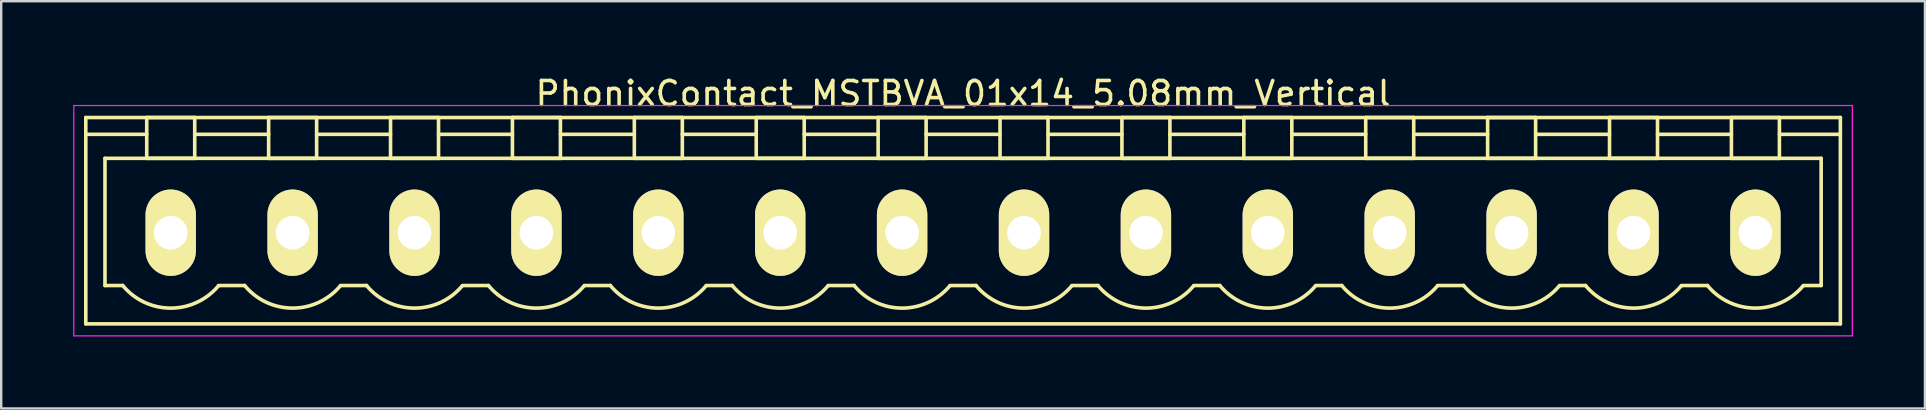
<source format=kicad_pcb>
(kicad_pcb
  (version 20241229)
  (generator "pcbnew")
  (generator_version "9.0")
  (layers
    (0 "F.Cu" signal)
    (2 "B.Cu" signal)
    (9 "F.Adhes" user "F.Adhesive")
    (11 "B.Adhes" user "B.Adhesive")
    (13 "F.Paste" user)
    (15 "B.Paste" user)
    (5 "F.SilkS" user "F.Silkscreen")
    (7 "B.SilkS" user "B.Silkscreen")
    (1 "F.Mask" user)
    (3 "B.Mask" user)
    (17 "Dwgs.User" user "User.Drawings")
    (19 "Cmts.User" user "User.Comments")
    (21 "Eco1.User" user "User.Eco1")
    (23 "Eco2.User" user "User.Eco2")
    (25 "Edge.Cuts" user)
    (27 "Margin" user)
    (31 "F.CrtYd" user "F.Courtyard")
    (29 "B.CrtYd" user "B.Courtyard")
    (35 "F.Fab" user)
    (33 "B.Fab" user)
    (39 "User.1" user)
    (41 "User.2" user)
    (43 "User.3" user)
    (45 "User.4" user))
  (footprint "PhonixContact_MSTBVA_01x14_5.08mm_Vertical"
    (layer "F.Cu")
    (at 4.065 6.648)
    (property "Reference" "PhonixContact_MSTBVA_01x14_5.08mm_Vertical" (at 33.02 -5.8 0) (layer "F.SilkS") (effects (font (size 1 1) (thickness 0.15))))
    (attr through_hole)
    (fp_line (start -3.54 -4.8) (end -3.54 3.8) (stroke (width 0.15) (type solid)) (layer "F.SilkS"))
    (fp_line (start -3.54 -4.1) (end -1 -4.1) (stroke (width 0.15) (type solid)) (layer "F.SilkS"))
    (fp_line (start -3.54 3.8) (end 69.58 3.8) (stroke (width 0.15) (type solid)) (layer "F.SilkS"))
    (fp_line (start -2.74 -3.1) (end 68.78 -3.1) (stroke (width 0.15) (type solid)) (layer "F.SilkS"))
    (fp_line (start -2.74 2.2) (end -2.74 -3.1) (stroke (width 0.15) (type solid)) (layer "F.SilkS"))
    (fp_line (start -2 2.2) (end -2.74 2.2) (stroke (width 0.15) (type solid)) (layer "F.SilkS"))
    (fp_line (start -1 -4.8) (end 1 -4.8) (stroke (width 0.15) (type solid)) (layer "F.SilkS"))
    (fp_line (start -1 -3.1) (end -1 -4.8) (stroke (width 0.15) (type solid)) (layer "F.SilkS"))
    (fp_line (start 1 -4.8) (end 1 -3.1) (stroke (width 0.15) (type solid)) (layer "F.SilkS"))
    (fp_line (start 1 -4.1) (end 4.08 -4.1) (stroke (width 0.15) (type solid)) (layer "F.SilkS"))
    (fp_line (start 1 -3.1) (end -1 -3.1) (stroke (width 0.15) (type solid)) (layer "F.SilkS"))
    (fp_line (start 2 2.2) (end 3.08 2.2) (stroke (width 0.15) (type solid)) (layer "F.SilkS"))
    (fp_line (start 4.08 -4.8) (end 6.08 -4.8) (stroke (width 0.15) (type solid)) (layer "F.SilkS"))
    (fp_line (start 4.08 -3.1) (end 4.08 -4.8) (stroke (width 0.15) (type solid)) (layer "F.SilkS"))
    (fp_line (start 6.08 -4.8) (end 6.08 -3.1) (stroke (width 0.15) (type solid)) (layer "F.SilkS"))
    (fp_line (start 6.08 -4.1) (end 9.16 -4.1) (stroke (width 0.15) (type solid)) (layer "F.SilkS"))
    (fp_line (start 6.08 -3.1) (end 4.08 -3.1) (stroke (width 0.15) (type solid)) (layer "F.SilkS"))
    (fp_line (start 7.08 2.2) (end 8.16 2.2) (stroke (width 0.15) (type solid)) (layer "F.SilkS"))
    (fp_line (start 9.16 -4.8) (end 11.16 -4.8) (stroke (width 0.15) (type solid)) (layer "F.SilkS"))
    (fp_line (start 9.16 -3.1) (end 9.16 -4.8) (stroke (width 0.15) (type solid)) (layer "F.SilkS"))
    (fp_line (start 11.16 -4.8) (end 11.16 -3.1) (stroke (width 0.15) (type solid)) (layer "F.SilkS"))
    (fp_line (start 11.16 -4.1) (end 14.24 -4.1) (stroke (width 0.15) (type solid)) (layer "F.SilkS"))
    (fp_line (start 11.16 -3.1) (end 9.16 -3.1) (stroke (width 0.15) (type solid)) (layer "F.SilkS"))
    (fp_line (start 12.16 2.2) (end 13.24 2.2) (stroke (width 0.15) (type solid)) (layer "F.SilkS"))
    (fp_line (start 14.24 -4.8) (end 16.24 -4.8) (stroke (width 0.15) (type solid)) (layer "F.SilkS"))
    (fp_line (start 14.24 -3.1) (end 14.24 -4.8) (stroke (width 0.15) (type solid)) (layer "F.SilkS"))
    (fp_line (start 16.24 -4.8) (end 16.24 -3.1) (stroke (width 0.15) (type solid)) (layer "F.SilkS"))
    (fp_line (start 16.24 -4.1) (end 19.32 -4.1) (stroke (width 0.15) (type solid)) (layer "F.SilkS"))
    (fp_line (start 16.24 -3.1) (end 14.24 -3.1) (stroke (width 0.15) (type solid)) (layer "F.SilkS"))
    (fp_line (start 17.24 2.2) (end 18.32 2.2) (stroke (width 0.15) (type solid)) (layer "F.SilkS"))
    (fp_line (start 19.32 -4.8) (end 21.32 -4.8) (stroke (width 0.15) (type solid)) (layer "F.SilkS"))
    (fp_line (start 19.32 -3.1) (end 19.32 -4.8) (stroke (width 0.15) (type solid)) (layer "F.SilkS"))
    (fp_line (start 21.32 -4.8) (end 21.32 -3.1) (stroke (width 0.15) (type solid)) (layer "F.SilkS"))
    (fp_line (start 21.32 -4.1) (end 24.4 -4.1) (stroke (width 0.15) (type solid)) (layer "F.SilkS"))
    (fp_line (start 21.32 -3.1) (end 19.32 -3.1) (stroke (width 0.15) (type solid)) (layer "F.SilkS"))
    (fp_line (start 22.32 2.2) (end 23.4 2.2) (stroke (width 0.15) (type solid)) (layer "F.SilkS"))
    (fp_line (start 24.4 -4.8) (end 26.4 -4.8) (stroke (width 0.15) (type solid)) (layer "F.SilkS"))
    (fp_line (start 24.4 -3.1) (end 24.4 -4.8) (stroke (width 0.15) (type solid)) (layer "F.SilkS"))
    (fp_line (start 26.4 -4.8) (end 26.4 -3.1) (stroke (width 0.15) (type solid)) (layer "F.SilkS"))
    (fp_line (start 26.4 -4.1) (end 29.48 -4.1) (stroke (width 0.15) (type solid)) (layer "F.SilkS"))
    (fp_line (start 26.4 -3.1) (end 24.4 -3.1) (stroke (width 0.15) (type solid)) (layer "F.SilkS"))
    (fp_line (start 27.4 2.2) (end 28.48 2.2) (stroke (width 0.15) (type solid)) (layer "F.SilkS"))
    (fp_line (start 29.48 -4.8) (end 31.48 -4.8) (stroke (width 0.15) (type solid)) (layer "F.SilkS"))
    (fp_line (start 29.48 -3.1) (end 29.48 -4.8) (stroke (width 0.15) (type solid)) (layer "F.SilkS"))
    (fp_line (start 31.48 -4.8) (end 31.48 -3.1) (stroke (width 0.15) (type solid)) (layer "F.SilkS"))
    (fp_line (start 31.48 -4.1) (end 34.56 -4.1) (stroke (width 0.15) (type solid)) (layer "F.SilkS"))
    (fp_line (start 31.48 -3.1) (end 29.48 -3.1) (stroke (width 0.15) (type solid)) (layer "F.SilkS"))
    (fp_line (start 32.48 2.2) (end 33.56 2.2) (stroke (width 0.15) (type solid)) (layer "F.SilkS"))
    (fp_line (start 34.56 -4.8) (end 36.56 -4.8) (stroke (width 0.15) (type solid)) (layer "F.SilkS"))
    (fp_line (start 34.56 -3.1) (end 34.56 -4.8) (stroke (width 0.15) (type solid)) (layer "F.SilkS"))
    (fp_line (start 36.56 -4.8) (end 36.56 -3.1) (stroke (width 0.15) (type solid)) (layer "F.SilkS"))
    (fp_line (start 36.56 -4.1) (end 39.64 -4.1) (stroke (width 0.15) (type solid)) (layer "F.SilkS"))
    (fp_line (start 36.56 -3.1) (end 34.56 -3.1) (stroke (width 0.15) (type solid)) (layer "F.SilkS"))
    (fp_line (start 37.56 2.2) (end 38.64 2.2) (stroke (width 0.15) (type solid)) (layer "F.SilkS"))
    (fp_line (start 39.64 -4.8) (end 41.64 -4.8) (stroke (width 0.15) (type solid)) (layer "F.SilkS"))
    (fp_line (start 39.64 -3.1) (end 39.64 -4.8) (stroke (width 0.15) (type solid)) (layer "F.SilkS"))
    (fp_line (start 41.64 -4.8) (end 41.64 -3.1) (stroke (width 0.15) (type solid)) (layer "F.SilkS"))
    (fp_line (start 41.64 -4.1) (end 44.72 -4.1) (stroke (width 0.15) (type solid)) (layer "F.SilkS"))
    (fp_line (start 41.64 -3.1) (end 39.64 -3.1) (stroke (width 0.15) (type solid)) (layer "F.SilkS"))
    (fp_line (start 42.64 2.2) (end 43.72 2.2) (stroke (width 0.15) (type solid)) (layer "F.SilkS"))
    (fp_line (start 44.72 -4.8) (end 46.72 -4.8) (stroke (width 0.15) (type solid)) (layer "F.SilkS"))
    (fp_line (start 44.72 -3.1) (end 44.72 -4.8) (stroke (width 0.15) (type solid)) (layer "F.SilkS"))
    (fp_line (start 46.72 -4.8) (end 46.72 -3.1) (stroke (width 0.15) (type solid)) (layer "F.SilkS"))
    (fp_line (start 46.72 -4.1) (end 49.8 -4.1) (stroke (width 0.15) (type solid)) (layer "F.SilkS"))
    (fp_line (start 46.72 -3.1) (end 44.72 -3.1) (stroke (width 0.15) (type solid)) (layer "F.SilkS"))
    (fp_line (start 47.72 2.2) (end 48.8 2.2) (stroke (width 0.15) (type solid)) (layer "F.SilkS"))
    (fp_line (start 49.8 -4.8) (end 51.8 -4.8) (stroke (width 0.15) (type solid)) (layer "F.SilkS"))
    (fp_line (start 49.8 -3.1) (end 49.8 -4.8) (stroke (width 0.15) (type solid)) (layer "F.SilkS"))
    (fp_line (start 51.8 -4.8) (end 51.8 -3.1) (stroke (width 0.15) (type solid)) (layer "F.SilkS"))
    (fp_line (start 51.8 -4.1) (end 54.88 -4.1) (stroke (width 0.15) (type solid)) (layer "F.SilkS"))
    (fp_line (start 51.8 -3.1) (end 49.8 -3.1) (stroke (width 0.15) (type solid)) (layer "F.SilkS"))
    (fp_line (start 52.8 2.2) (end 53.88 2.2) (stroke (width 0.15) (type solid)) (layer "F.SilkS"))
    (fp_line (start 54.88 -4.8) (end 56.88 -4.8) (stroke (width 0.15) (type solid)) (layer "F.SilkS"))
    (fp_line (start 54.88 -3.1) (end 54.88 -4.8) (stroke (width 0.15) (type solid)) (layer "F.SilkS"))
    (fp_line (start 56.88 -4.8) (end 56.88 -3.1) (stroke (width 0.15) (type solid)) (layer "F.SilkS"))
    (fp_line (start 56.88 -4.1) (end 59.96 -4.1) (stroke (width 0.15) (type solid)) (layer "F.SilkS"))
    (fp_line (start 56.88 -3.1) (end 54.88 -3.1) (stroke (width 0.15) (type solid)) (layer "F.SilkS"))
    (fp_line (start 57.88 2.2) (end 58.96 2.2) (stroke (width 0.15) (type solid)) (layer "F.SilkS"))
    (fp_line (start 59.96 -4.8) (end 61.96 -4.8) (stroke (width 0.15) (type solid)) (layer "F.SilkS"))
    (fp_line (start 59.96 -3.1) (end 59.96 -4.8) (stroke (width 0.15) (type solid)) (layer "F.SilkS"))
    (fp_line (start 61.96 -4.8) (end 61.96 -3.1) (stroke (width 0.15) (type solid)) (layer "F.SilkS"))
    (fp_line (start 61.96 -4.1) (end 65.04 -4.1) (stroke (width 0.15) (type solid)) (layer "F.SilkS"))
    (fp_line (start 61.96 -3.1) (end 59.96 -3.1) (stroke (width 0.15) (type solid)) (layer "F.SilkS"))
    (fp_line (start 62.96 2.2) (end 64.04 2.2) (stroke (width 0.15) (type solid)) (layer "F.SilkS"))
    (fp_line (start 65.04 -4.8) (end 67.04 -4.8) (stroke (width 0.15) (type solid)) (layer "F.SilkS"))
    (fp_line (start 65.04 -3.1) (end 65.04 -4.8) (stroke (width 0.15) (type solid)) (layer "F.SilkS"))
    (fp_line (start 67.04 -4.8) (end 67.04 -3.1) (stroke (width 0.15) (type solid)) (layer "F.SilkS"))
    (fp_line (start 67.04 -3.1) (end 65.04 -3.1) (stroke (width 0.15) (type solid)) (layer "F.SilkS"))
    (fp_line (start 68.78 -3.1) (end 68.78 2.2) (stroke (width 0.15) (type solid)) (layer "F.SilkS"))
    (fp_line (start 68.78 2.2) (end 68.04 2.2) (stroke (width 0.15) (type solid)) (layer "F.SilkS"))
    (fp_line (start 69.58 -4.8) (end -3.54 -4.8) (stroke (width 0.15) (type solid)) (layer "F.SilkS"))
    (fp_line (start 69.58 -4.1) (end 67.04 -4.1) (stroke (width 0.15) (type solid)) (layer "F.SilkS"))
    (fp_line (start 69.58 3.8) (end 69.58 -4.8) (stroke (width 0.15) (type solid)) (layer "F.SilkS"))
    (fp_arc (start 1.986842 2.215821) (mid -0.010289 3.142758) (end -2 2.2) (stroke (width 0.15) (type solid)) (layer "F.SilkS"))
    (fp_arc (start 7.066842 2.215821) (mid 5.069711 3.142758) (end 3.08 2.2) (stroke (width 0.15) (type solid)) (layer "F.SilkS"))
    (fp_arc (start 12.146842 2.215821) (mid 10.149711 3.142758) (end 8.16 2.2) (stroke (width 0.15) (type solid)) (layer "F.SilkS"))
    (fp_arc (start 17.226842 2.215821) (mid 15.229711 3.142758) (end 13.24 2.2) (stroke (width 0.15) (type solid)) (layer "F.SilkS"))
    (fp_arc (start 22.306842 2.215821) (mid 20.309711 3.142758) (end 18.32 2.2) (stroke (width 0.15) (type solid)) (layer "F.SilkS"))
    (fp_arc (start 27.386842 2.215821) (mid 25.389711 3.142758) (end 23.4 2.2) (stroke (width 0.15) (type solid)) (layer "F.SilkS"))
    (fp_arc (start 32.466842 2.215821) (mid 30.469711 3.142758) (end 28.48 2.2) (stroke (width 0.15) (type solid)) (layer "F.SilkS"))
    (fp_arc (start 37.546842 2.215821) (mid 35.549711 3.142758) (end 33.56 2.2) (stroke (width 0.15) (type solid)) (layer "F.SilkS"))
    (fp_arc (start 42.626842 2.215821) (mid 40.629711 3.142758) (end 38.64 2.2) (stroke (width 0.15) (type solid)) (layer "F.SilkS"))
    (fp_arc (start 47.706842 2.215821) (mid 45.709711 3.142758) (end 43.72 2.2) (stroke (width 0.15) (type solid)) (layer "F.SilkS"))
    (fp_arc (start 52.786842 2.215821) (mid 50.789711 3.142758) (end 48.8 2.2) (stroke (width 0.15) (type solid)) (layer "F.SilkS"))
    (fp_arc (start 57.866842 2.215821) (mid 55.869711 3.142758) (end 53.88 2.2) (stroke (width 0.15) (type solid)) (layer "F.SilkS"))
    (fp_arc (start 62.946842 2.215821) (mid 60.949711 3.142758) (end 58.96 2.2) (stroke (width 0.15) (type solid)) (layer "F.SilkS"))
    (fp_arc (start 68.026842 2.215821) (mid 66.029711 3.142758) (end 64.04 2.2) (stroke (width 0.15) (type solid)) (layer "F.SilkS"))
    (fp_line (start -4.04 -5.3) (end -4.04 4.3) (stroke (width 0.05) (type solid)) (layer "F.CrtYd"))
    (fp_line (start -4.04 4.3) (end 70.08 4.3) (stroke (width 0.05) (type solid)) (layer "F.CrtYd"))
    (fp_line (start 70.08 -5.3) (end -4.04 -5.3) (stroke (width 0.05) (type solid)) (layer "F.CrtYd"))
    (fp_line (start 70.08 4.3) (end 70.08 -5.3) (stroke (width 0.05) (type solid)) (layer "F.CrtYd"))
    (pad "1" thru_hole oval (at 0 0) (size 2.1 3.6) (drill 1.4) (layers "*.Cu" "*.Mask" "F.SilkS"))
    (pad "2" thru_hole oval (at 5.08 0) (size 2.1 3.6) (drill 1.4) (layers "*.Cu" "*.Mask" "F.SilkS"))
    (pad "3" thru_hole oval (at 10.16 0) (size 2.1 3.6) (drill 1.4) (layers "*.Cu" "*.Mask" "F.SilkS"))
    (pad "4" thru_hole oval (at 15.24 0) (size 2.1 3.6) (drill 1.4) (layers "*.Cu" "*.Mask" "F.SilkS"))
    (pad "5" thru_hole oval (at 20.32 0) (size 2.1 3.6) (drill 1.4) (layers "*.Cu" "*.Mask" "F.SilkS"))
    (pad "6" thru_hole oval (at 25.4 0) (size 2.1 3.6) (drill 1.4) (layers "*.Cu" "*.Mask" "F.SilkS"))
    (pad "7" thru_hole oval (at 30.48 0) (size 2.1 3.6) (drill 1.4) (layers "*.Cu" "*.Mask" "F.SilkS"))
    (pad "8" thru_hole oval (at 35.56 0) (size 2.1 3.6) (drill 1.4) (layers "*.Cu" "*.Mask" "F.SilkS"))
    (pad "9" thru_hole oval (at 40.64 0) (size 2.1 3.6) (drill 1.4) (layers "*.Cu" "*.Mask" "F.SilkS"))
    (pad "10" thru_hole oval (at 45.72 0) (size 2.1 3.6) (drill 1.4) (layers "*.Cu" "*.Mask" "F.SilkS"))
    (pad "11" thru_hole oval (at 50.8 0) (size 2.1 3.6) (drill 1.4) (layers "*.Cu" "*.Mask" "F.SilkS"))
    (pad "12" thru_hole oval (at 55.88 0) (size 2.1 3.6) (drill 1.4) (layers "*.Cu" "*.Mask" "F.SilkS"))
    (pad "13" thru_hole oval (at 60.96 0) (size 2.1 3.6) (drill 1.4) (layers "*.Cu" "*.Mask" "F.SilkS"))
    (pad "14" thru_hole oval (at 66.04 0) (size 2.1 3.6) (drill 1.4) (layers "*.Cu" "*.Mask" "F.SilkS")))
  (gr_rect
    (start -3 -3)
    (end 77.17 13.973)
    (stroke (width 0.1) (type default))
    (fill no)
    (layer "Edge.Cuts")))
</source>
